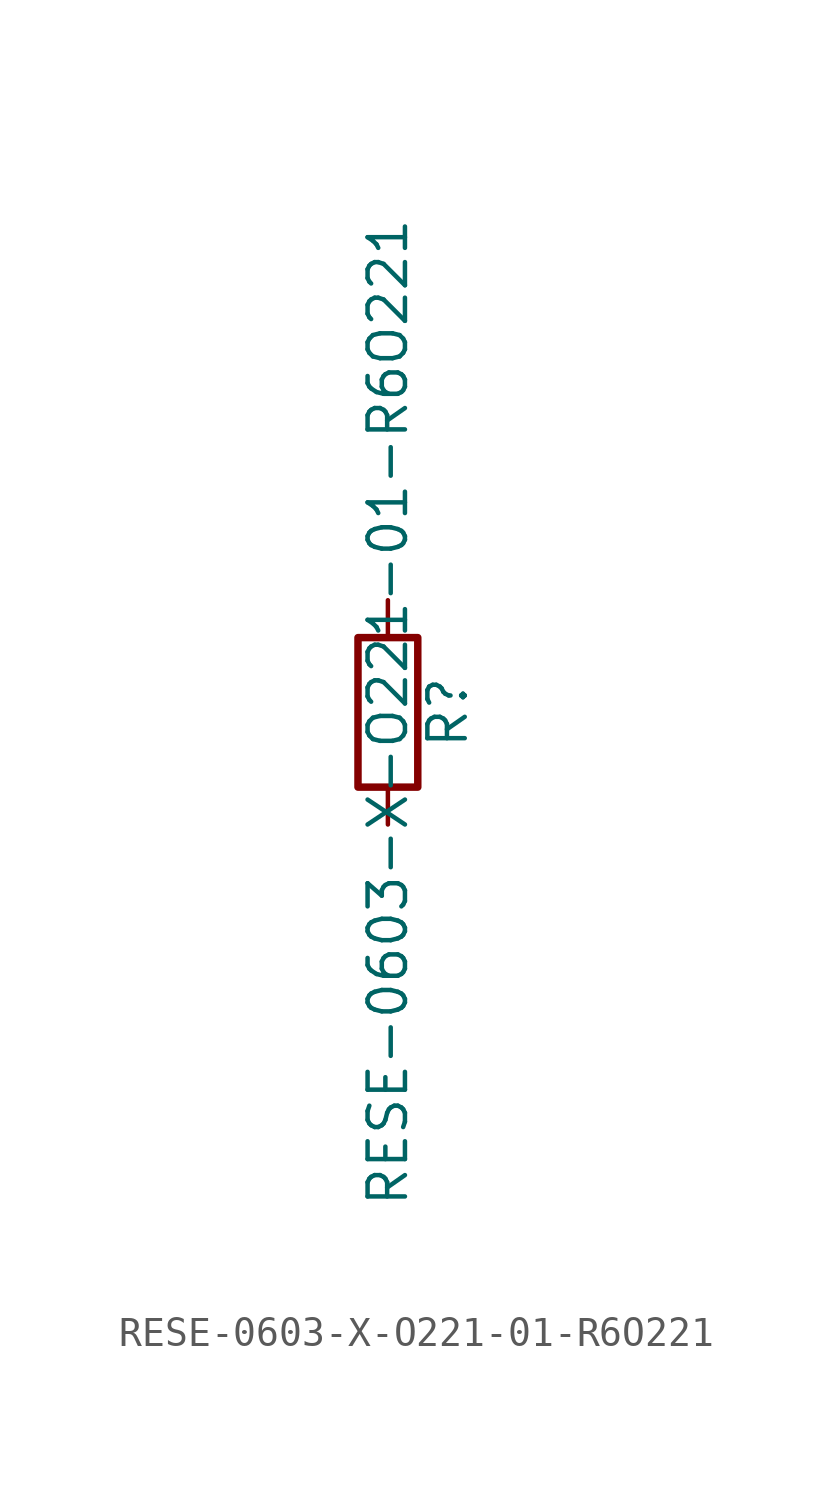
<source format=kicad_sym>
(kicad_symbol_lib
  (version 20211014)
  (generator kicad_symbol_editor)
  (symbol "RESE-0603-X-O221-01-R6O221"
    (pin_numbers hide)
    (pin_names
      (offset 0))
    (property "Reference" "R"
      (at 2.032 0 90)
      (effects (font (size 1.27 1.27))))
    (property "Value" "RESE-0603-X-O221-01-R6O221"
      (at 0 0 90)
      (effects (font (size 1.27 1.27))))
    (symbol "RESE-0603-X-O221-01-R6O221_0_1"
      (rectangle (start -1.016 -2.54) (end 1.016 2.54) (stroke (width 0.254) (type default) (color 0 0 0 0)) (fill (type none))))
    (symbol "RESE-0603-X-O221-01-R6O221_1_1"
      (pin passive line (at 0 3.81 270) (length 1.27) (name "~" (effects (font (size 1.27 1.27)))) (number "1" (effects (font (size 1.27 1.27)))))
      (pin passive line (at 0 -3.81 90) (length 1.27) (name "~" (effects (font (size 1.27 1.27)))) (number "2" (effects (font (size 1.27 1.27))))))))
</source>
